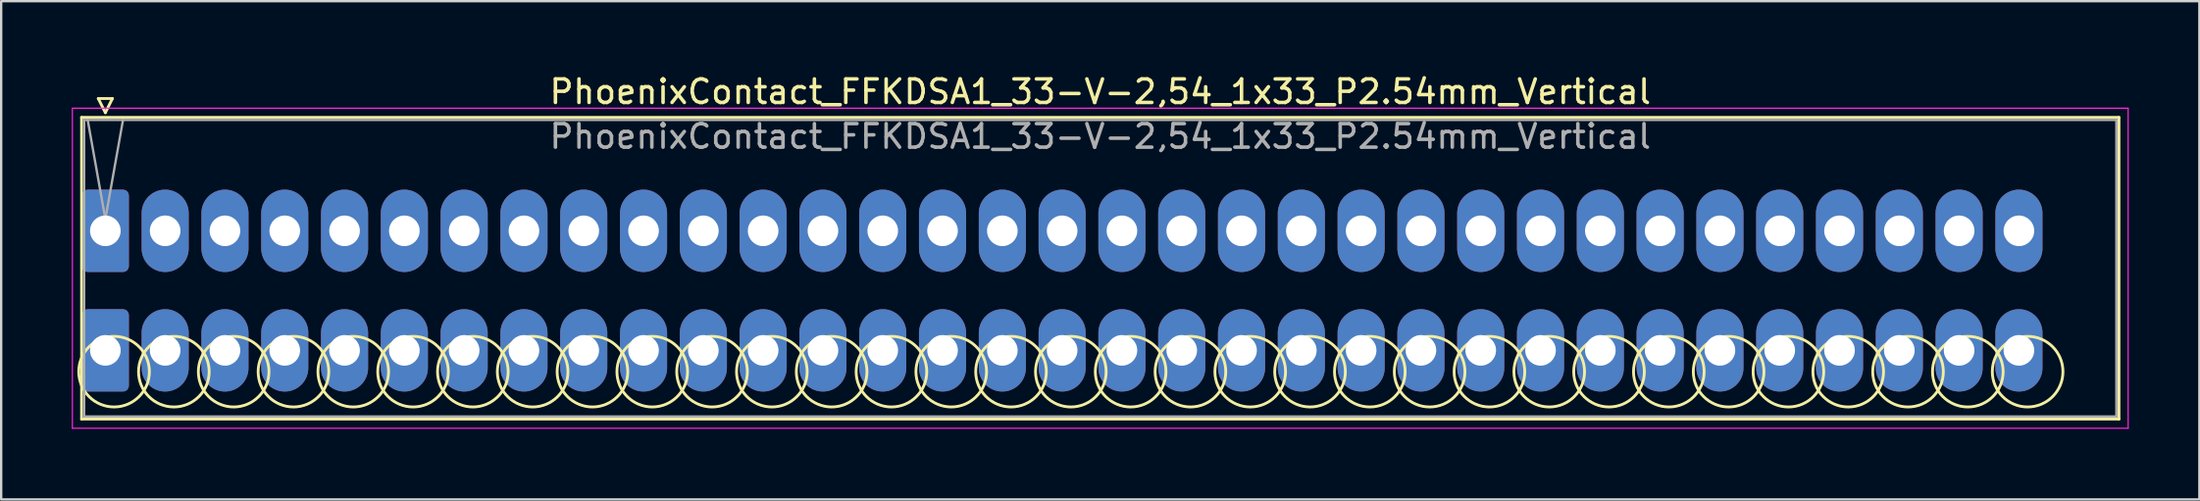
<source format=kicad_pcb>
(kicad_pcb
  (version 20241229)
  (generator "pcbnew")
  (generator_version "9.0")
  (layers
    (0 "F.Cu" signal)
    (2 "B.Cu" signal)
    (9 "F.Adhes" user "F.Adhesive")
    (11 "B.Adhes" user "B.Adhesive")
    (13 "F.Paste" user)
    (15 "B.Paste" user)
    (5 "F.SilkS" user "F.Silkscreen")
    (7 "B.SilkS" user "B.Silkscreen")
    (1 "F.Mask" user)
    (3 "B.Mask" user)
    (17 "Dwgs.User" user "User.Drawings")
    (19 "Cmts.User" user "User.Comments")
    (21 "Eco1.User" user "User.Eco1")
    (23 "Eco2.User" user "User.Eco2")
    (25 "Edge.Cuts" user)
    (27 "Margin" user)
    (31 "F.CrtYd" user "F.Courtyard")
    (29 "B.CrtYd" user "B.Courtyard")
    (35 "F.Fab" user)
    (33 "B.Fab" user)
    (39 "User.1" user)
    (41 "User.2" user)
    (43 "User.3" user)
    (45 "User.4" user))
  (footprint "PhoenixContact_FFKDSA1_33-V-2,54_1x33_P2.54mm_Vertical"
    (layer "F.Cu")
    (at 1.425 6.758)
    (property "Reference" "PhoenixContact_FFKDSA1_33-V-2,54_1x33_P2.54mm_Vertical" (at 42.26 -5.91 0) (layer "F.SilkS") (effects (font (size 1 1) (thickness 0.15))))
    (attr through_hole)
    (fp_line (start -1.01 -4.82) (end -1.01 8) (stroke (width 0.12) (type solid)) (layer "F.SilkS"))
    (fp_line (start -1.01 8) (end 85.53 8) (stroke (width 0.12) (type solid)) (layer "F.SilkS"))
    (fp_line (start -0.3 -5.62) (end 0.3 -5.62) (stroke (width 0.12) (type solid)) (layer "F.SilkS"))
    (fp_line (start 0 -5.02) (end -0.3 -5.62) (stroke (width 0.12) (type solid)) (layer "F.SilkS"))
    (fp_line (start 0.3 -5.62) (end 0 -5.02) (stroke (width 0.12) (type solid)) (layer "F.SilkS"))
    (fp_line (start 85.53 -4.82) (end -1.01 -4.82) (stroke (width 0.12) (type solid)) (layer "F.SilkS"))
    (fp_line (start 85.53 8) (end 85.53 -4.82) (stroke (width 0.12) (type solid)) (layer "F.SilkS"))
    (fp_circle (center 0.37 5.985) (end 1.87 5.985) (stroke (width 0.12) (type solid)) (fill no) (layer "F.SilkS"))
    (fp_circle (center 2.91 5.985) (end 4.41 5.985) (stroke (width 0.12) (type solid)) (fill no) (layer "F.SilkS"))
    (fp_circle (center 5.45 5.985) (end 6.95 5.985) (stroke (width 0.12) (type solid)) (fill no) (layer "F.SilkS"))
    (fp_circle (center 7.99 5.985) (end 9.49 5.985) (stroke (width 0.12) (type solid)) (fill no) (layer "F.SilkS"))
    (fp_circle (center 10.53 5.985) (end 12.03 5.985) (stroke (width 0.12) (type solid)) (fill no) (layer "F.SilkS"))
    (fp_circle (center 13.07 5.985) (end 14.57 5.985) (stroke (width 0.12) (type solid)) (fill no) (layer "F.SilkS"))
    (fp_circle (center 15.61 5.985) (end 17.11 5.985) (stroke (width 0.12) (type solid)) (fill no) (layer "F.SilkS"))
    (fp_circle (center 18.15 5.985) (end 19.65 5.985) (stroke (width 0.12) (type solid)) (fill no) (layer "F.SilkS"))
    (fp_circle (center 20.69 5.985) (end 22.19 5.985) (stroke (width 0.12) (type solid)) (fill no) (layer "F.SilkS"))
    (fp_circle (center 23.23 5.985) (end 24.73 5.985) (stroke (width 0.12) (type solid)) (fill no) (layer "F.SilkS"))
    (fp_circle (center 25.77 5.985) (end 27.27 5.985) (stroke (width 0.12) (type solid)) (fill no) (layer "F.SilkS"))
    (fp_circle (center 28.31 5.985) (end 29.81 5.985) (stroke (width 0.12) (type solid)) (fill no) (layer "F.SilkS"))
    (fp_circle (center 30.85 5.985) (end 32.35 5.985) (stroke (width 0.12) (type solid)) (fill no) (layer "F.SilkS"))
    (fp_circle (center 33.39 5.985) (end 34.89 5.985) (stroke (width 0.12) (type solid)) (fill no) (layer "F.SilkS"))
    (fp_circle (center 35.93 5.985) (end 37.43 5.985) (stroke (width 0.12) (type solid)) (fill no) (layer "F.SilkS"))
    (fp_circle (center 38.47 5.985) (end 39.97 5.985) (stroke (width 0.12) (type solid)) (fill no) (layer "F.SilkS"))
    (fp_circle (center 41.01 5.985) (end 42.51 5.985) (stroke (width 0.12) (type solid)) (fill no) (layer "F.SilkS"))
    (fp_circle (center 43.55 5.985) (end 45.05 5.985) (stroke (width 0.12) (type solid)) (fill no) (layer "F.SilkS"))
    (fp_circle (center 46.09 5.985) (end 47.59 5.985) (stroke (width 0.12) (type solid)) (fill no) (layer "F.SilkS"))
    (fp_circle (center 48.63 5.985) (end 50.13 5.985) (stroke (width 0.12) (type solid)) (fill no) (layer "F.SilkS"))
    (fp_circle (center 51.17 5.985) (end 52.67 5.985) (stroke (width 0.12) (type solid)) (fill no) (layer "F.SilkS"))
    (fp_circle (center 53.71 5.985) (end 55.21 5.985) (stroke (width 0.12) (type solid)) (fill no) (layer "F.SilkS"))
    (fp_circle (center 56.25 5.985) (end 57.75 5.985) (stroke (width 0.12) (type solid)) (fill no) (layer "F.SilkS"))
    (fp_circle (center 58.79 5.985) (end 60.29 5.985) (stroke (width 0.12) (type solid)) (fill no) (layer "F.SilkS"))
    (fp_circle (center 61.33 5.985) (end 62.83 5.985) (stroke (width 0.12) (type solid)) (fill no) (layer "F.SilkS"))
    (fp_circle (center 63.87 5.985) (end 65.37 5.985) (stroke (width 0.12) (type solid)) (fill no) (layer "F.SilkS"))
    (fp_circle (center 66.41 5.985) (end 67.91 5.985) (stroke (width 0.12) (type solid)) (fill no) (layer "F.SilkS"))
    (fp_circle (center 68.95 5.985) (end 70.45 5.985) (stroke (width 0.12) (type solid)) (fill no) (layer "F.SilkS"))
    (fp_circle (center 71.49 5.985) (end 72.99 5.985) (stroke (width 0.12) (type solid)) (fill no) (layer "F.SilkS"))
    (fp_circle (center 74.03 5.985) (end 75.53 5.985) (stroke (width 0.12) (type solid)) (fill no) (layer "F.SilkS"))
    (fp_circle (center 76.57 5.985) (end 78.07 5.985) (stroke (width 0.12) (type solid)) (fill no) (layer "F.SilkS"))
    (fp_circle (center 79.11 5.985) (end 80.61 5.985) (stroke (width 0.12) (type solid)) (fill no) (layer "F.SilkS"))
    (fp_circle (center 81.65 5.985) (end 83.15 5.985) (stroke (width 0.12) (type solid)) (fill no) (layer "F.SilkS"))
    (fp_line (start -1.4 -5.21) (end -1.4 8.39) (stroke (width 0.05) (type solid)) (layer "F.CrtYd"))
    (fp_line (start -1.4 8.39) (end 85.92 8.39) (stroke (width 0.05) (type solid)) (layer "F.CrtYd"))
    (fp_line (start 85.92 -5.21) (end -1.4 -5.21) (stroke (width 0.05) (type solid)) (layer "F.CrtYd"))
    (fp_line (start 85.92 8.39) (end 85.92 -5.21) (stroke (width 0.05) (type solid)) (layer "F.CrtYd"))
    (fp_line (start -0.9 -4.71) (end -0.9 7.89) (stroke (width 0.1) (type solid)) (layer "F.Fab"))
    (fp_line (start -0.9 7.89) (end 85.42 7.89) (stroke (width 0.1) (type solid)) (layer "F.Fab"))
    (fp_line (start 0 -0.5) (end -0.75 -4.71) (stroke (width 0.1) (type solid)) (layer "F.Fab"))
    (fp_line (start 0.75 -4.71) (end 0 -0.5) (stroke (width 0.1) (type solid)) (layer "F.Fab"))
    (fp_line (start 85.42 -4.71) (end -0.9 -4.71) (stroke (width 0.1) (type solid)) (layer "F.Fab"))
    (fp_line (start 85.42 7.89) (end 85.42 -4.71) (stroke (width 0.1) (type solid)) (layer "F.Fab"))
    (fp_text user "${REFERENCE}" (at 42.26 -4.01 0) (layer "F.Fab") (effects (font (size 1 1) (thickness 0.15))))
    (pad "1" thru_hole roundrect (at 0 0) (size 2 3.5) (drill 1.3) (layers "*.Cu" "*.Mask") (roundrect_rratio 0.125))
    (pad "1" thru_hole roundrect (at 0 5.08) (size 2 3.5) (drill 1.3) (layers "*.Cu" "*.Mask") (roundrect_rratio 0.125))
    (pad "2" thru_hole oval (at 2.54 0) (size 2 3.5) (drill 1.3) (layers "*.Cu" "*.Mask"))
    (pad "2" thru_hole oval (at 2.54 5.08) (size 2 3.5) (drill 1.3) (layers "*.Cu" "*.Mask"))
    (pad "3" thru_hole oval (at 5.08 0) (size 2 3.5) (drill 1.3) (layers "*.Cu" "*.Mask"))
    (pad "3" thru_hole oval (at 5.08 5.08) (size 2 3.5) (drill 1.3) (layers "*.Cu" "*.Mask"))
    (pad "4" thru_hole oval (at 7.62 0) (size 2 3.5) (drill 1.3) (layers "*.Cu" "*.Mask"))
    (pad "4" thru_hole oval (at 7.62 5.08) (size 2 3.5) (drill 1.3) (layers "*.Cu" "*.Mask"))
    (pad "5" thru_hole oval (at 10.16 0) (size 2 3.5) (drill 1.3) (layers "*.Cu" "*.Mask"))
    (pad "5" thru_hole oval (at 10.16 5.08) (size 2 3.5) (drill 1.3) (layers "*.Cu" "*.Mask"))
    (pad "6" thru_hole oval (at 12.7 0) (size 2 3.5) (drill 1.3) (layers "*.Cu" "*.Mask"))
    (pad "6" thru_hole oval (at 12.7 5.08) (size 2 3.5) (drill 1.3) (layers "*.Cu" "*.Mask"))
    (pad "7" thru_hole oval (at 15.24 0) (size 2 3.5) (drill 1.3) (layers "*.Cu" "*.Mask"))
    (pad "7" thru_hole oval (at 15.24 5.08) (size 2 3.5) (drill 1.3) (layers "*.Cu" "*.Mask"))
    (pad "8" thru_hole oval (at 17.78 0) (size 2 3.5) (drill 1.3) (layers "*.Cu" "*.Mask"))
    (pad "8" thru_hole oval (at 17.78 5.08) (size 2 3.5) (drill 1.3) (layers "*.Cu" "*.Mask"))
    (pad "9" thru_hole oval (at 20.32 0) (size 2 3.5) (drill 1.3) (layers "*.Cu" "*.Mask"))
    (pad "9" thru_hole oval (at 20.32 5.08) (size 2 3.5) (drill 1.3) (layers "*.Cu" "*.Mask"))
    (pad "10" thru_hole oval (at 22.86 0) (size 2 3.5) (drill 1.3) (layers "*.Cu" "*.Mask"))
    (pad "10" thru_hole oval (at 22.86 5.08) (size 2 3.5) (drill 1.3) (layers "*.Cu" "*.Mask"))
    (pad "11" thru_hole oval (at 25.4 0) (size 2 3.5) (drill 1.3) (layers "*.Cu" "*.Mask"))
    (pad "11" thru_hole oval (at 25.4 5.08) (size 2 3.5) (drill 1.3) (layers "*.Cu" "*.Mask"))
    (pad "12" thru_hole oval (at 27.94 0) (size 2 3.5) (drill 1.3) (layers "*.Cu" "*.Mask"))
    (pad "12" thru_hole oval (at 27.94 5.08) (size 2 3.5) (drill 1.3) (layers "*.Cu" "*.Mask"))
    (pad "13" thru_hole oval (at 30.48 0) (size 2 3.5) (drill 1.3) (layers "*.Cu" "*.Mask"))
    (pad "13" thru_hole oval (at 30.48 5.08) (size 2 3.5) (drill 1.3) (layers "*.Cu" "*.Mask"))
    (pad "14" thru_hole oval (at 33.02 0) (size 2 3.5) (drill 1.3) (layers "*.Cu" "*.Mask"))
    (pad "14" thru_hole oval (at 33.02 5.08) (size 2 3.5) (drill 1.3) (layers "*.Cu" "*.Mask"))
    (pad "15" thru_hole oval (at 35.56 0) (size 2 3.5) (drill 1.3) (layers "*.Cu" "*.Mask"))
    (pad "15" thru_hole oval (at 35.56 5.08) (size 2 3.5) (drill 1.3) (layers "*.Cu" "*.Mask"))
    (pad "16" thru_hole oval (at 38.1 0) (size 2 3.5) (drill 1.3) (layers "*.Cu" "*.Mask"))
    (pad "16" thru_hole oval (at 38.1 5.08) (size 2 3.5) (drill 1.3) (layers "*.Cu" "*.Mask"))
    (pad "17" thru_hole oval (at 40.64 0) (size 2 3.5) (drill 1.3) (layers "*.Cu" "*.Mask"))
    (pad "17" thru_hole oval (at 40.64 5.08) (size 2 3.5) (drill 1.3) (layers "*.Cu" "*.Mask"))
    (pad "18" thru_hole oval (at 43.18 0) (size 2 3.5) (drill 1.3) (layers "*.Cu" "*.Mask"))
    (pad "18" thru_hole oval (at 43.18 5.08) (size 2 3.5) (drill 1.3) (layers "*.Cu" "*.Mask"))
    (pad "19" thru_hole oval (at 45.72 0) (size 2 3.5) (drill 1.3) (layers "*.Cu" "*.Mask"))
    (pad "19" thru_hole oval (at 45.72 5.08) (size 2 3.5) (drill 1.3) (layers "*.Cu" "*.Mask"))
    (pad "20" thru_hole oval (at 48.26 0) (size 2 3.5) (drill 1.3) (layers "*.Cu" "*.Mask"))
    (pad "20" thru_hole oval (at 48.26 5.08) (size 2 3.5) (drill 1.3) (layers "*.Cu" "*.Mask"))
    (pad "21" thru_hole oval (at 50.8 0) (size 2 3.5) (drill 1.3) (layers "*.Cu" "*.Mask"))
    (pad "21" thru_hole oval (at 50.8 5.08) (size 2 3.5) (drill 1.3) (layers "*.Cu" "*.Mask"))
    (pad "22" thru_hole oval (at 53.34 0) (size 2 3.5) (drill 1.3) (layers "*.Cu" "*.Mask"))
    (pad "22" thru_hole oval (at 53.34 5.08) (size 2 3.5) (drill 1.3) (layers "*.Cu" "*.Mask"))
    (pad "23" thru_hole oval (at 55.88 0) (size 2 3.5) (drill 1.3) (layers "*.Cu" "*.Mask"))
    (pad "23" thru_hole oval (at 55.88 5.08) (size 2 3.5) (drill 1.3) (layers "*.Cu" "*.Mask"))
    (pad "24" thru_hole oval (at 58.42 0) (size 2 3.5) (drill 1.3) (layers "*.Cu" "*.Mask"))
    (pad "24" thru_hole oval (at 58.42 5.08) (size 2 3.5) (drill 1.3) (layers "*.Cu" "*.Mask"))
    (pad "25" thru_hole oval (at 60.96 0) (size 2 3.5) (drill 1.3) (layers "*.Cu" "*.Mask"))
    (pad "25" thru_hole oval (at 60.96 5.08) (size 2 3.5) (drill 1.3) (layers "*.Cu" "*.Mask"))
    (pad "26" thru_hole oval (at 63.5 0) (size 2 3.5) (drill 1.3) (layers "*.Cu" "*.Mask"))
    (pad "26" thru_hole oval (at 63.5 5.08) (size 2 3.5) (drill 1.3) (layers "*.Cu" "*.Mask"))
    (pad "27" thru_hole oval (at 66.04 0) (size 2 3.5) (drill 1.3) (layers "*.Cu" "*.Mask"))
    (pad "27" thru_hole oval (at 66.04 5.08) (size 2 3.5) (drill 1.3) (layers "*.Cu" "*.Mask"))
    (pad "28" thru_hole oval (at 68.58 0) (size 2 3.5) (drill 1.3) (layers "*.Cu" "*.Mask"))
    (pad "28" thru_hole oval (at 68.58 5.08) (size 2 3.5) (drill 1.3) (layers "*.Cu" "*.Mask"))
    (pad "29" thru_hole oval (at 71.12 0) (size 2 3.5) (drill 1.3) (layers "*.Cu" "*.Mask"))
    (pad "29" thru_hole oval (at 71.12 5.08) (size 2 3.5) (drill 1.3) (layers "*.Cu" "*.Mask"))
    (pad "30" thru_hole oval (at 73.66 0) (size 2 3.5) (drill 1.3) (layers "*.Cu" "*.Mask"))
    (pad "30" thru_hole oval (at 73.66 5.08) (size 2 3.5) (drill 1.3) (layers "*.Cu" "*.Mask"))
    (pad "31" thru_hole oval (at 76.2 0) (size 2 3.5) (drill 1.3) (layers "*.Cu" "*.Mask"))
    (pad "31" thru_hole oval (at 76.2 5.08) (size 2 3.5) (drill 1.3) (layers "*.Cu" "*.Mask"))
    (pad "32" thru_hole oval (at 78.74 0) (size 2 3.5) (drill 1.3) (layers "*.Cu" "*.Mask"))
    (pad "32" thru_hole oval (at 78.74 5.08) (size 2 3.5) (drill 1.3) (layers "*.Cu" "*.Mask"))
    (pad "33" thru_hole oval (at 81.28 0) (size 2 3.5) (drill 1.3) (layers "*.Cu" "*.Mask"))
    (pad "33" thru_hole oval (at 81.28 5.08) (size 2 3.5) (drill 1.3) (layers "*.Cu" "*.Mask")))
  (gr_rect
    (start -3 -3)
    (end 90.37 18.173)
    (stroke (width 0.1) (type default))
    (fill no)
    (layer "Edge.Cuts")))
</source>
